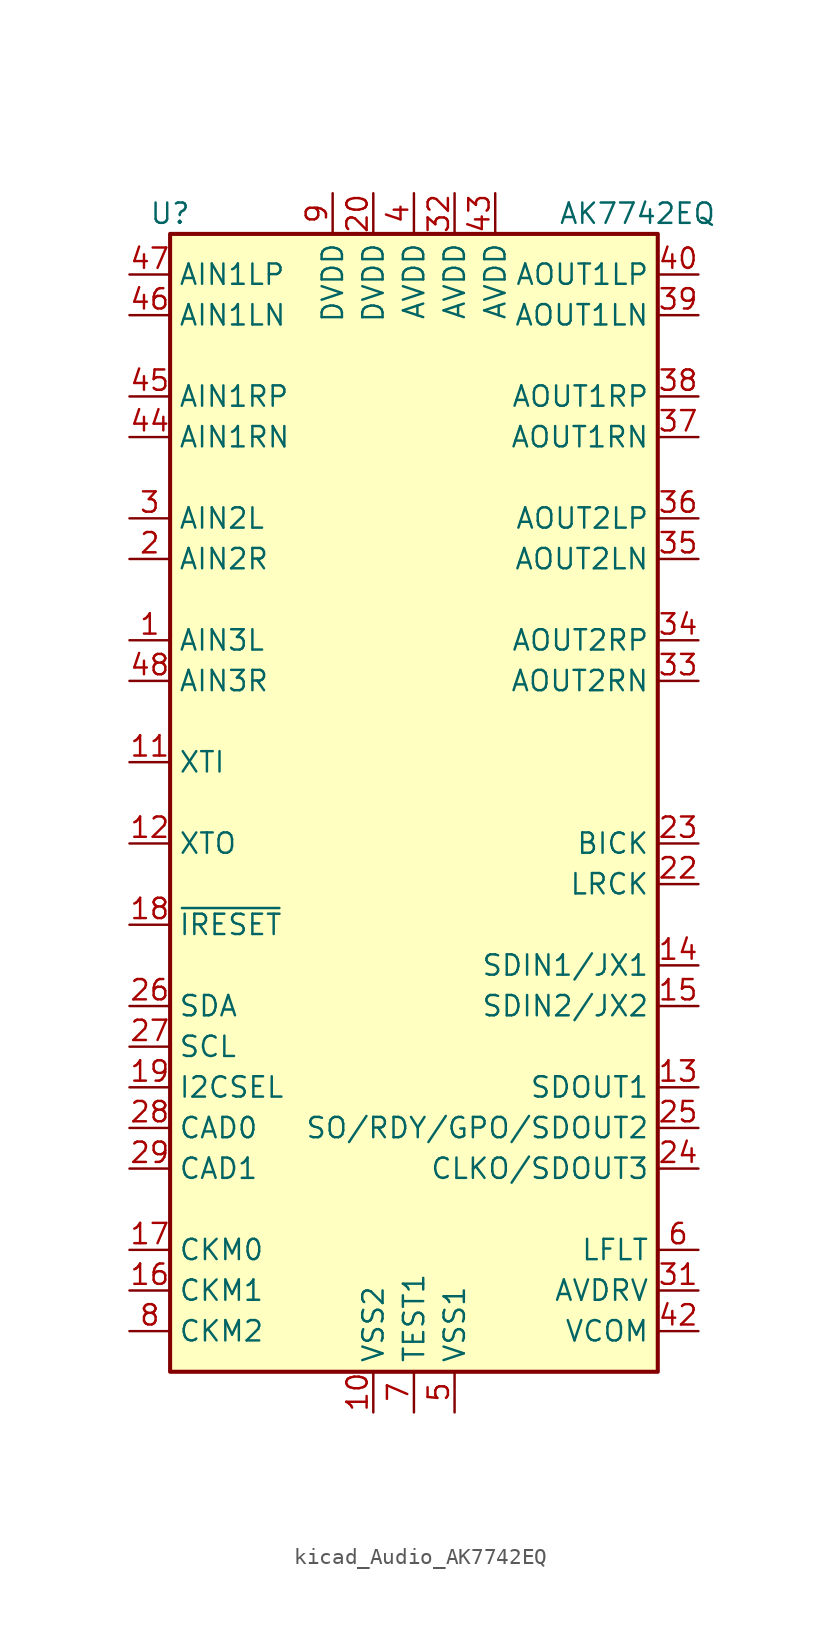
<source format=kicad_sym>
(kicad_symbol_lib
  (version 20220914)
  (generator kicad_symbol_editor)
  (symbol "kicad_Audio_AK7742EQ"
    (property "Reference" "U"
      (at -15.24 36.83 0)
      (effects (font (size 1.27 1.27))))
    (property "Value" "AK7742EQ"
      (at 13.97 36.83 0)
      (effects (font (size 1.27 1.27))))
    (symbol "kicad_Audio_AK7742EQ_0_1"
      (rectangle (start -15.24 35.56) (end 15.24 -35.56) (stroke (width 0.254) (type default)) (fill (type background))))
    (symbol "kicad_Audio_AK7742EQ_1_1"
      (pin input line (at -17.78 10.16 0) (length 2.54) (name "AIN3L" (effects (font (size 1.27 1.27)))) (number "1" (effects (font (size 1.27 1.27)))))
      (pin power_in line (at -2.54 -38.1 90) (length 2.54) (name "VSS2" (effects (font (size 1.27 1.27)))) (number "10" (effects (font (size 1.27 1.27)))))
      (pin input line (at -17.78 2.54 0) (length 2.54) (name "XTI" (effects (font (size 1.27 1.27)))) (number "11" (effects (font (size 1.27 1.27)))))
      (pin output line (at -17.78 -2.54 0) (length 2.54) (name "XTO" (effects (font (size 1.27 1.27)))) (number "12" (effects (font (size 1.27 1.27)))))
      (pin output line (at 17.78 -17.78 180) (length 2.54) (name "SDOUT1" (effects (font (size 1.27 1.27)))) (number "13" (effects (font (size 1.27 1.27)))))
      (pin input line (at 17.78 -10.16 180) (length 2.54) (name "SDIN1/JX1" (effects (font (size 1.27 1.27)))) (number "14" (effects (font (size 1.27 1.27)))))
      (pin input line (at 17.78 -12.7 180) (length 2.54) (name "SDIN2/JX2" (effects (font (size 1.27 1.27)))) (number "15" (effects (font (size 1.27 1.27)))))
      (pin input line (at -17.78 -30.48 0) (length 2.54) (name "CKM1" (effects (font (size 1.27 1.27)))) (number "16" (effects (font (size 1.27 1.27)))))
      (pin input line (at -17.78 -27.94 0) (length 2.54) (name "CKM0" (effects (font (size 1.27 1.27)))) (number "17" (effects (font (size 1.27 1.27)))))
      (pin input line (at -17.78 -7.62 0) (length 2.54) (name "~{IRESET}" (effects (font (size 1.27 1.27)))) (number "18" (effects (font (size 1.27 1.27)))))
      (pin input line (at -17.78 -17.78 0) (length 2.54) (name "I2CSEL" (effects (font (size 1.27 1.27)))) (number "19" (effects (font (size 1.27 1.27)))))
      (pin input line (at -17.78 15.24 0) (length 2.54) (name "AIN2R" (effects (font (size 1.27 1.27)))) (number "2" (effects (font (size 1.27 1.27)))))
      (pin power_in line (at -2.54 38.1 270) (length 2.54) (name "DVDD" (effects (font (size 1.27 1.27)))) (number "20" (effects (font (size 1.27 1.27)))))
      (pin passive line (at -2.54 -38.1 90) (length 2.54) hide (name "VSS2" (effects (font (size 1.27 1.27)))) (number "21" (effects (font (size 1.27 1.27)))))
      (pin bidirectional line (at 17.78 -5.08 180) (length 2.54) (name "LRCK" (effects (font (size 1.27 1.27)))) (number "22" (effects (font (size 1.27 1.27)))))
      (pin bidirectional line (at 17.78 -2.54 180) (length 2.54) (name "BICK" (effects (font (size 1.27 1.27)))) (number "23" (effects (font (size 1.27 1.27)))))
      (pin output line (at 17.78 -22.86 180) (length 2.54) (name "CLKO/SDOUT3" (effects (font (size 1.27 1.27)))) (number "24" (effects (font (size 1.27 1.27)))))
      (pin output line (at 17.78 -20.32 180) (length 2.54) (name "SO/RDY/GPO/SDOUT2" (effects (font (size 1.27 1.27)))) (number "25" (effects (font (size 1.27 1.27)))))
      (pin bidirectional line (at -17.78 -12.7 0) (length 2.54) (name "SDA" (effects (font (size 1.27 1.27)))) (number "26" (effects (font (size 1.27 1.27)))))
      (pin input line (at -17.78 -15.24 0) (length 2.54) (name "SCL" (effects (font (size 1.27 1.27)))) (number "27" (effects (font (size 1.27 1.27)))))
      (pin input line (at -17.78 -20.32 0) (length 2.54) (name "CAD0" (effects (font (size 1.27 1.27)))) (number "28" (effects (font (size 1.27 1.27)))))
      (pin input line (at -17.78 -22.86 0) (length 2.54) (name "CAD1" (effects (font (size 1.27 1.27)))) (number "29" (effects (font (size 1.27 1.27)))))
      (pin input line (at -17.78 17.78 0) (length 2.54) (name "AIN2L" (effects (font (size 1.27 1.27)))) (number "3" (effects (font (size 1.27 1.27)))))
      (pin passive line (at 2.54 -38.1 90) (length 2.54) hide (name "VSS1" (effects (font (size 1.27 1.27)))) (number "30" (effects (font (size 1.27 1.27)))))
      (pin passive line (at 17.78 -30.48 180) (length 2.54) (name "AVDRV" (effects (font (size 1.27 1.27)))) (number "31" (effects (font (size 1.27 1.27)))))
      (pin power_in line (at 2.54 38.1 270) (length 2.54) (name "AVDD" (effects (font (size 1.27 1.27)))) (number "32" (effects (font (size 1.27 1.27)))))
      (pin output line (at 17.78 7.62 180) (length 2.54) (name "AOUT2RN" (effects (font (size 1.27 1.27)))) (number "33" (effects (font (size 1.27 1.27)))))
      (pin output line (at 17.78 10.16 180) (length 2.54) (name "AOUT2RP" (effects (font (size 1.27 1.27)))) (number "34" (effects (font (size 1.27 1.27)))))
      (pin output line (at 17.78 15.24 180) (length 2.54) (name "AOUT2LN" (effects (font (size 1.27 1.27)))) (number "35" (effects (font (size 1.27 1.27)))))
      (pin output line (at 17.78 17.78 180) (length 2.54) (name "AOUT2LP" (effects (font (size 1.27 1.27)))) (number "36" (effects (font (size 1.27 1.27)))))
      (pin output line (at 17.78 22.86 180) (length 2.54) (name "AOUT1RN" (effects (font (size 1.27 1.27)))) (number "37" (effects (font (size 1.27 1.27)))))
      (pin output line (at 17.78 25.4 180) (length 2.54) (name "AOUT1RP" (effects (font (size 1.27 1.27)))) (number "38" (effects (font (size 1.27 1.27)))))
      (pin output line (at 17.78 30.48 180) (length 2.54) (name "AOUT1LN" (effects (font (size 1.27 1.27)))) (number "39" (effects (font (size 1.27 1.27)))))
      (pin power_in line (at 0 38.1 270) (length 2.54) (name "AVDD" (effects (font (size 1.27 1.27)))) (number "4" (effects (font (size 1.27 1.27)))))
      (pin output line (at 17.78 33.02 180) (length 2.54) (name "AOUT1LP" (effects (font (size 1.27 1.27)))) (number "40" (effects (font (size 1.27 1.27)))))
      (pin passive line (at 2.54 -38.1 90) (length 2.54) hide (name "VSS1" (effects (font (size 1.27 1.27)))) (number "41" (effects (font (size 1.27 1.27)))))
      (pin passive line (at 17.78 -33.02 180) (length 2.54) (name "VCOM" (effects (font (size 1.27 1.27)))) (number "42" (effects (font (size 1.27 1.27)))))
      (pin power_in line (at 5.08 38.1 270) (length 2.54) (name "AVDD" (effects (font (size 1.27 1.27)))) (number "43" (effects (font (size 1.27 1.27)))))
      (pin input line (at -17.78 22.86 0) (length 2.54) (name "AIN1RN" (effects (font (size 1.27 1.27)))) (number "44" (effects (font (size 1.27 1.27)))))
      (pin input line (at -17.78 25.4 0) (length 2.54) (name "AIN1RP" (effects (font (size 1.27 1.27)))) (number "45" (effects (font (size 1.27 1.27)))))
      (pin input line (at -17.78 30.48 0) (length 2.54) (name "AIN1LN" (effects (font (size 1.27 1.27)))) (number "46" (effects (font (size 1.27 1.27)))))
      (pin input line (at -17.78 33.02 0) (length 2.54) (name "AIN1LP" (effects (font (size 1.27 1.27)))) (number "47" (effects (font (size 1.27 1.27)))))
      (pin input line (at -17.78 7.62 0) (length 2.54) (name "AIN3R" (effects (font (size 1.27 1.27)))) (number "48" (effects (font (size 1.27 1.27)))))
      (pin power_in line (at 2.54 -38.1 90) (length 2.54) (name "VSS1" (effects (font (size 1.27 1.27)))) (number "5" (effects (font (size 1.27 1.27)))))
      (pin passive line (at 17.78 -27.94 180) (length 2.54) (name "LFLT" (effects (font (size 1.27 1.27)))) (number "6" (effects (font (size 1.27 1.27)))))
      (pin passive line (at 0 -38.1 90) (length 2.54) (name "TEST1" (effects (font (size 1.27 1.27)))) (number "7" (effects (font (size 1.27 1.27)))))
      (pin input line (at -17.78 -33.02 0) (length 2.54) (name "CKM2" (effects (font (size 1.27 1.27)))) (number "8" (effects (font (size 1.27 1.27)))))
      (pin power_in line (at -5.08 38.1 270) (length 2.54) (name "DVDD" (effects (font (size 1.27 1.27)))) (number "9" (effects (font (size 1.27 1.27))))))))
</source>
